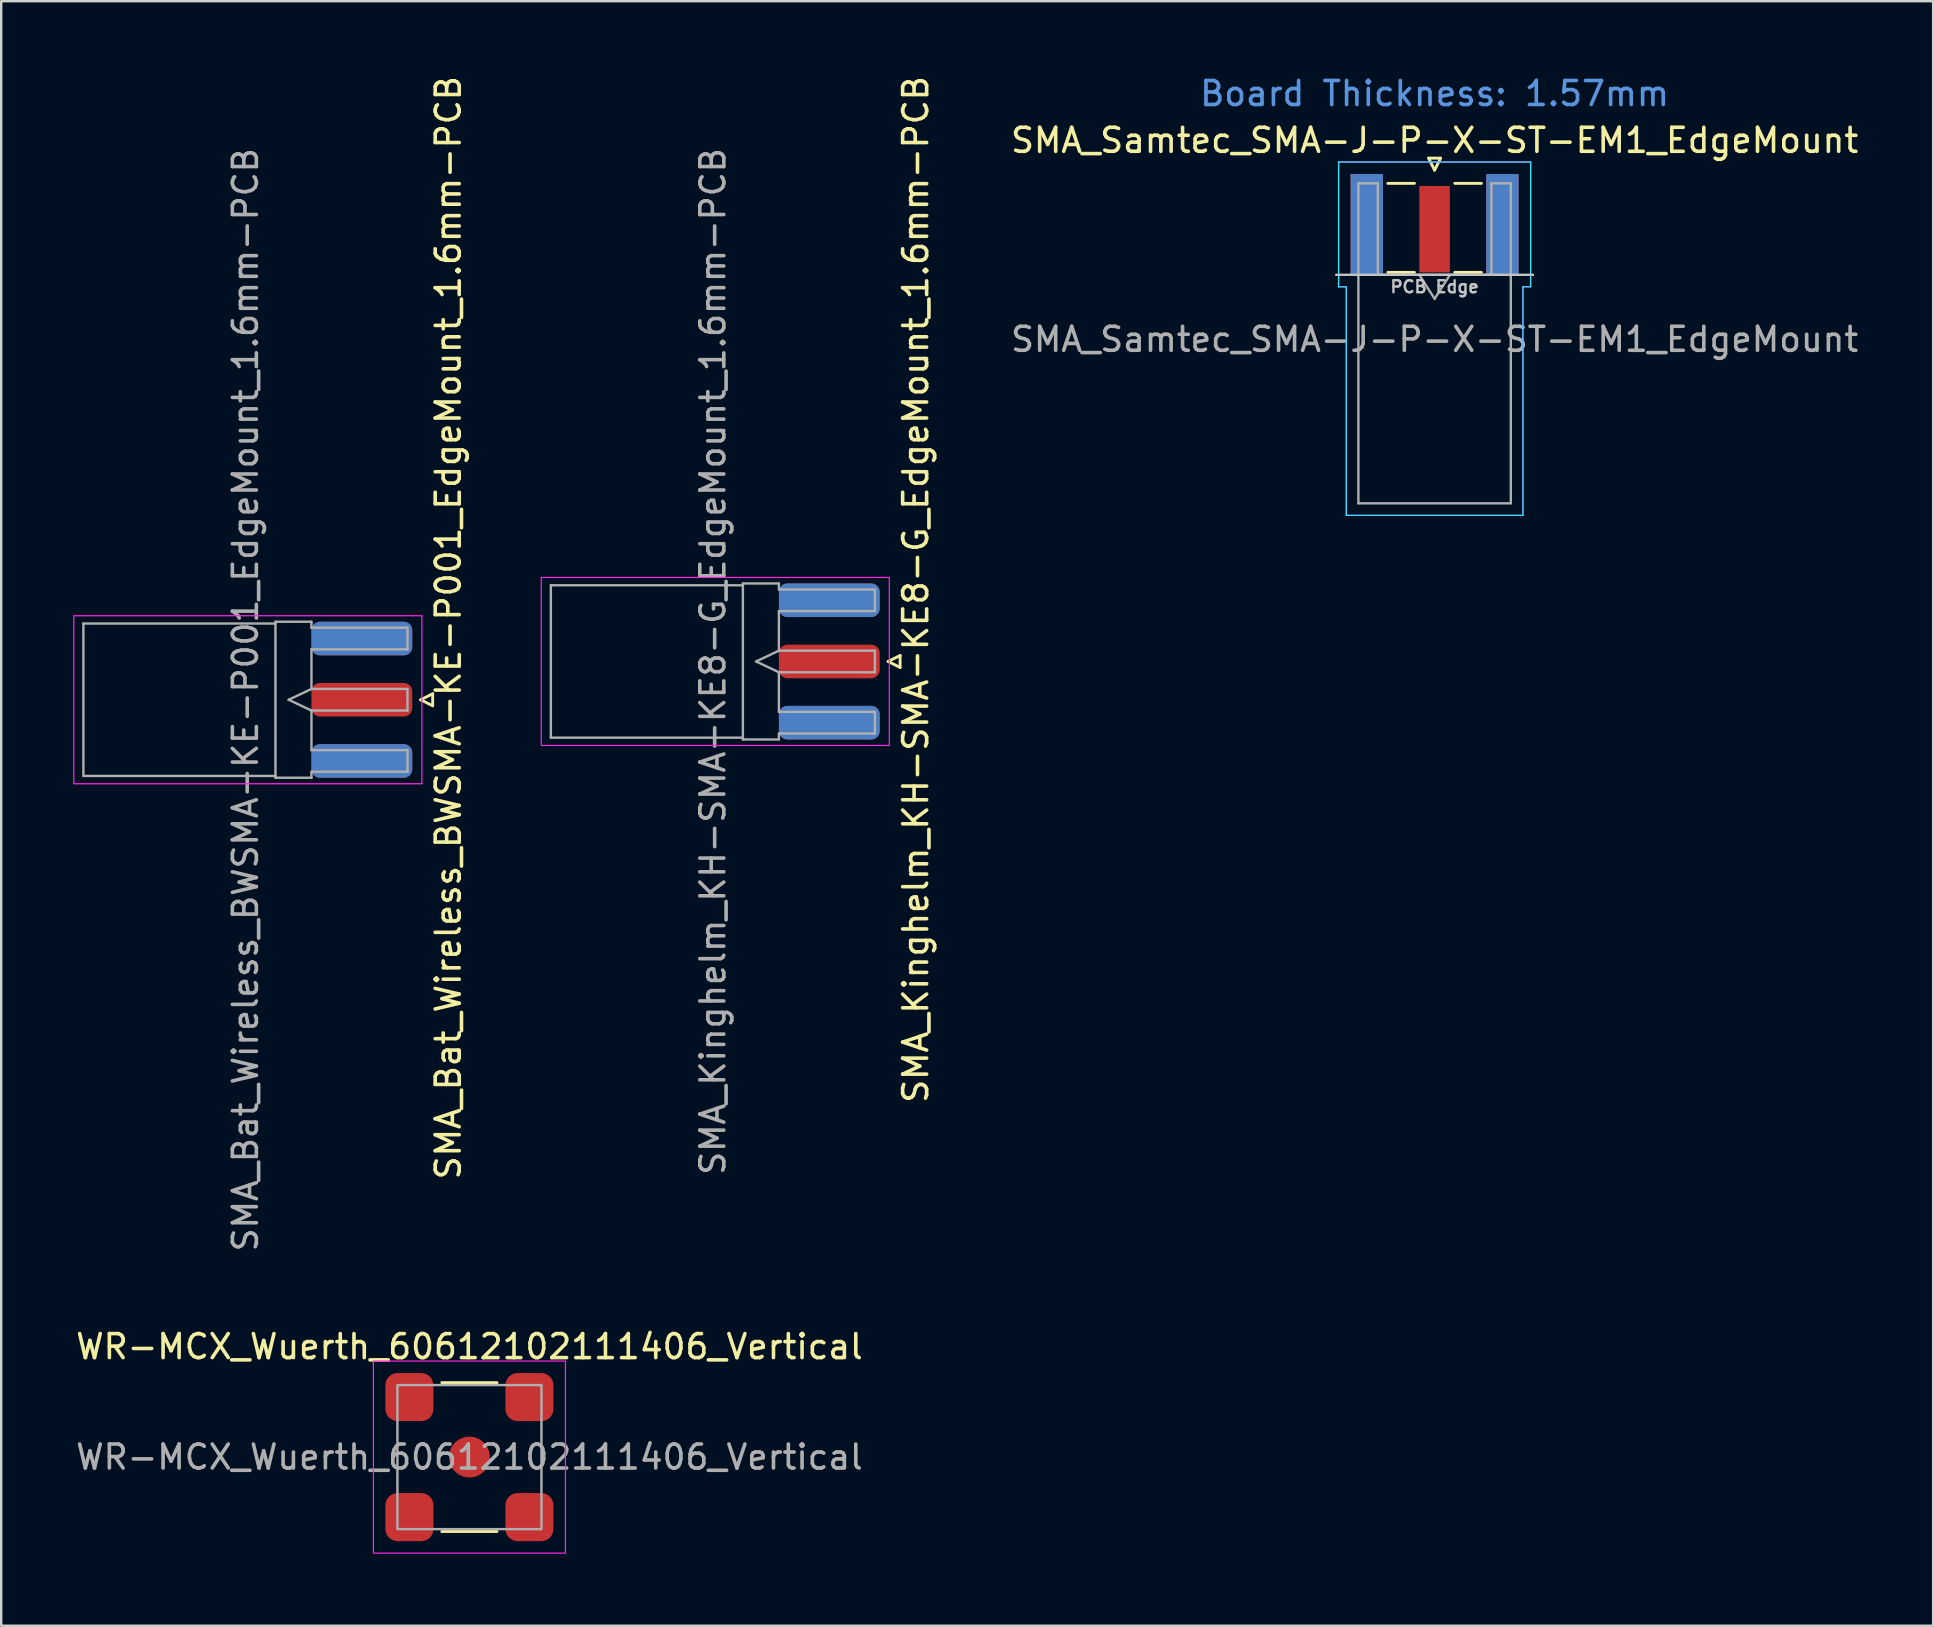
<source format=kicad_pcb>
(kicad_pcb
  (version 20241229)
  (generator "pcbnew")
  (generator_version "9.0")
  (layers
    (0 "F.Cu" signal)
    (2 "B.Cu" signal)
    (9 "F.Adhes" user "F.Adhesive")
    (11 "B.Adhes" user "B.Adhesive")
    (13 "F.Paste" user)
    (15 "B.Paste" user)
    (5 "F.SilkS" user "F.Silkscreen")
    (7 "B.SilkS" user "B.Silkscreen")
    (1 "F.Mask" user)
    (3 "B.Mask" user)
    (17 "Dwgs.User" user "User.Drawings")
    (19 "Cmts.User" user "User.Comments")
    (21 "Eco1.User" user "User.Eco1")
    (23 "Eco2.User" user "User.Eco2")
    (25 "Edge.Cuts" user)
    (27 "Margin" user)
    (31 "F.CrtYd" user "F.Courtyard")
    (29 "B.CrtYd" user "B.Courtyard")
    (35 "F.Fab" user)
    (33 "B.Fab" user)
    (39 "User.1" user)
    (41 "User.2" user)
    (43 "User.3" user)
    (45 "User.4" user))
  (footprint "SMA_Bat_Wireless_BWSMA-KE-P001_EdgeMount_1.6mm-PCB"
    (layer "F.Cu")
    (at 12.025 26.101)
    (property "Reference" "SMA_Bat_Wireless_BWSMA-KE-P001_EdgeMount_1.6mm-PCB" (at 3.6 -3 90) (unlocked yes) (layer "F.SilkS") (effects (font (size 1 1) (thickness 0.15))))
    (attr smd)
    (fp_line (start 2.45 0) (end 2.95 0.25) (stroke (width 0.12) (type solid)) (layer "F.SilkS"))
    (fp_line (start 2.95 -0.25) (end 2.45 0) (stroke (width 0.12) (type solid)) (layer "F.SilkS"))
    (fp_line (start 2.95 0.25) (end 2.95 -0.25) (stroke (width 0.12) (type solid)) (layer "F.SilkS"))
    (fp_rect (start -12 -3.5) (end 2.5 3.5) (stroke (width 0.05) (type default)) (fill no) (layer "F.CrtYd"))
    (fp_line (start -11.6 -3.175) (end -11.6 3.175) (stroke (width 0.1) (type default)) (layer "F.Fab"))
    (fp_line (start -11.6 3.175) (end -3.6 3.175) (stroke (width 0.1) (type default)) (layer "F.Fab"))
    (fp_line (start -3.6 -3.25) (end -3.6 -3.175) (stroke (width 0.1) (type default)) (layer "F.Fab"))
    (fp_line (start -3.6 -3.175) (end -11.6 -3.175) (stroke (width 0.1) (type default)) (layer "F.Fab"))
    (fp_line (start -3.6 -3.175) (end -3.6 3.175) (stroke (width 0.1) (type default)) (layer "F.Fab"))
    (fp_line (start -3.6 3.175) (end -3.6 3.25) (stroke (width 0.1) (type default)) (layer "F.Fab"))
    (fp_line (start -3.6 3.25) (end -2.1 3.25) (stroke (width 0.1) (type default)) (layer "F.Fab"))
    (fp_line (start -3.05 0) (end -2.1 0.45) (stroke (width 0.1) (type default)) (layer "F.Fab"))
    (fp_line (start -2.1 -3.25) (end -3.6 -3.25) (stroke (width 0.1) (type default)) (layer "F.Fab"))
    (fp_line (start -2.1 -3) (end -2.1 -3.25) (stroke (width 0.1) (type default)) (layer "F.Fab"))
    (fp_line (start -2.1 -2.1) (end 1.9 -2.1) (stroke (width 0.1) (type default)) (layer "F.Fab"))
    (fp_line (start -2.1 -0.45) (end -3.05 0) (stroke (width 0.1) (type default)) (layer "F.Fab"))
    (fp_line (start -2.1 -0.45) (end -2.1 -2.1) (stroke (width 0.1) (type default)) (layer "F.Fab"))
    (fp_line (start -2.1 0.45) (end 1.9 0.45) (stroke (width 0.1) (type default)) (layer "F.Fab"))
    (fp_line (start -2.1 2.1) (end -2.1 0.45) (stroke (width 0.1) (type default)) (layer "F.Fab"))
    (fp_line (start -2.1 3) (end 1.9 3) (stroke (width 0.1) (type default)) (layer "F.Fab"))
    (fp_line (start -2.1 3.25) (end -2.1 3) (stroke (width 0.1) (type default)) (layer "F.Fab"))
    (fp_line (start 1.9 -3) (end -2.1 -3) (stroke (width 0.1) (type default)) (layer "F.Fab"))
    (fp_line (start 1.9 -2.1) (end 1.9 -3) (stroke (width 0.1) (type default)) (layer "F.Fab"))
    (fp_line (start 1.9 -0.45) (end -2.1 -0.45) (stroke (width 0.1) (type default)) (layer "F.Fab"))
    (fp_line (start 1.9 0.45) (end 1.9 -0.45) (stroke (width 0.1) (type default)) (layer "F.Fab"))
    (fp_line (start 1.9 2.1) (end -2.1 2.1) (stroke (width 0.1) (type default)) (layer "F.Fab"))
    (fp_line (start 1.9 3) (end 1.9 2.1) (stroke (width 0.1) (type default)) (layer "F.Fab"))
    (fp_text user "${REFERENCE}" (at -4.85 0 90) (unlocked yes) (layer "F.Fab") (effects (font (size 1 1) (thickness 0.15))))
    (pad "1" smd roundrect (at 0 0) (size 4.2 1.4) (layers "F.Cu" "F.Mask" "F.Paste") (roundrect_rratio 0.25))
    (pad "2" smd roundrect (at 0 -2.55) (size 4.2 1.4) (layers "F.Cu" "F.Mask" "F.Paste") (roundrect_rratio 0.25))
    (pad "2" smd roundrect (at 0 -2.55) (size 4.2 1.4) (layers "B.Cu" "B.Mask" "B.Paste") (roundrect_rratio 0.25))
    (pad "2" smd roundrect (at 0 2.55) (size 4.2 1.4) (layers "F.Cu" "F.Mask" "F.Paste") (roundrect_rratio 0.25))
    (pad "2" smd roundrect (at 0 2.55) (size 4.2 1.4) (layers "B.Cu" "B.Mask" "B.Paste") (roundrect_rratio 0.25)))
  (footprint "SMA_Samtec_SMA-J-P-X-ST-EM1_EdgeMount"
    (layer "F.Cu")
    (at 56.714 6.298)
    (property "Reference" "SMA_Samtec_SMA-J-P-X-ST-EM1_EdgeMount" (at 0 -3.5 0) (layer "F.SilkS") (effects (font (size 1 1) (thickness 0.15))))
    (attr smd)
    (fp_line (start -1.95 -1.71) (end -0.84 -1.71) (stroke (width 0.12) (type solid)) (layer "F.SilkS"))
    (fp_line (start -1.95 2) (end -0.84 2) (stroke (width 0.12) (type solid)) (layer "F.SilkS"))
    (fp_line (start -0.25 -2.76) (end 0 -2.26) (stroke (width 0.12) (type solid)) (layer "F.SilkS"))
    (fp_line (start 0 -2.26) (end 0.25 -2.76) (stroke (width 0.12) (type solid)) (layer "F.SilkS"))
    (fp_line (start 0.25 -2.76) (end -0.25 -2.76) (stroke (width 0.12) (type solid)) (layer "F.SilkS"))
    (fp_line (start 0.84 -1.71) (end 1.95 -1.71) (stroke (width 0.12) (type solid)) (layer "F.SilkS"))
    (fp_line (start 0.84 2) (end 1.95 2) (stroke (width 0.12) (type solid)) (layer "F.SilkS"))
    (fp_line (start 4.1 2.1) (end -4.1 2.1) (stroke (width 0.1) (type solid)) (layer "Dwgs.User"))
    (fp_line (start -4 -2.6) (end 4 -2.6) (stroke (width 0.05) (type solid)) (layer "B.CrtYd"))
    (fp_line (start -4 2.6) (end -4 -2.6) (stroke (width 0.05) (type solid)) (layer "B.CrtYd"))
    (fp_line (start -3.68 2.6) (end -4 2.6) (stroke (width 0.05) (type solid)) (layer "B.CrtYd"))
    (fp_line (start -3.68 12.12) (end -3.68 2.6) (stroke (width 0.05) (type solid)) (layer "B.CrtYd"))
    (fp_line (start 3.68 2.6) (end 3.68 12.12) (stroke (width 0.05) (type solid)) (layer "B.CrtYd"))
    (fp_line (start 3.68 12.12) (end -3.68 12.12) (stroke (width 0.05) (type solid)) (layer "B.CrtYd"))
    (fp_line (start 4 2.6) (end 3.68 2.6) (stroke (width 0.05) (type solid)) (layer "B.CrtYd"))
    (fp_line (start 4 2.6) (end 4 -2.6) (stroke (width 0.05) (type solid)) (layer "B.CrtYd"))
    (fp_line (start -4 -2.6) (end 4 -2.6) (stroke (width 0.05) (type solid)) (layer "F.CrtYd"))
    (fp_line (start -4 2.6) (end -4 -2.6) (stroke (width 0.05) (type solid)) (layer "F.CrtYd"))
    (fp_line (start -3.68 2.6) (end -4 2.6) (stroke (width 0.05) (type solid)) (layer "F.CrtYd"))
    (fp_line (start -3.68 12.12) (end -3.68 2.6) (stroke (width 0.05) (type solid)) (layer "F.CrtYd"))
    (fp_line (start 3.68 2.6) (end 3.68 12.12) (stroke (width 0.05) (type solid)) (layer "F.CrtYd"))
    (fp_line (start 3.68 2.6) (end 4 2.6) (stroke (width 0.05) (type solid)) (layer "F.CrtYd"))
    (fp_line (start 3.68 12.12) (end -3.68 12.12) (stroke (width 0.05) (type solid)) (layer "F.CrtYd"))
    (fp_line (start 4 2.6) (end 4 -2.6) (stroke (width 0.05) (type solid)) (layer "F.CrtYd"))
    (fp_line (start -3.175 -1.71) (end -3.175 11.62) (stroke (width 0.1) (type solid)) (layer "F.Fab"))
    (fp_line (start -2.365 -1.71) (end -3.175 -1.71) (stroke (width 0.1) (type solid)) (layer "F.Fab"))
    (fp_line (start -2.365 2.1) (end -2.365 -1.71) (stroke (width 0.1) (type solid)) (layer "F.Fab"))
    (fp_line (start 0 3.1) (end -0.64 2.1) (stroke (width 0.1) (type solid)) (layer "F.Fab"))
    (fp_line (start 0.64 2.1) (end 0 3.1) (stroke (width 0.1) (type solid)) (layer "F.Fab"))
    (fp_line (start 2.365 -1.71) (end 2.365 2.1) (stroke (width 0.1) (type solid)) (layer "F.Fab"))
    (fp_line (start 2.365 2.1) (end -2.365 2.1) (stroke (width 0.1) (type solid)) (layer "F.Fab"))
    (fp_line (start 3.165 11.62) (end -3.165 11.62) (stroke (width 0.1) (type solid)) (layer "F.Fab"))
    (fp_line (start 3.175 -1.71) (end 2.365 -1.71) (stroke (width 0.1) (type solid)) (layer "F.Fab"))
    (fp_line (start 3.175 -1.71) (end 3.175 11.62) (stroke (width 0.1) (type solid)) (layer "F.Fab"))
    (fp_text user "PCB Edge" (at 0 2.6 0) (layer "Dwgs.User") (effects (font (size 0.5 0.5) (thickness 0.1))))
    (fp_text user "Board Thickness: 1.57mm" (at 0 -5.45 0) (layer "Cmts.User") (effects (font (size 1 1) (thickness 0.15))))
    (fp_text user "${REFERENCE}" (at 0 4.79 180) (layer "F.Fab") (effects (font (size 1 1) (thickness 0.15))))
    (pad "1" smd rect (at 0 0.2) (size 1.27 3.6) (layers "F.Cu" "F.Mask" "F.Paste"))
    (pad "2" smd rect (at -2.825 0) (size 1.35 4.2) (layers "F.Cu" "F.Mask" "F.Paste"))
    (pad "2" smd rect (at -2.825 0) (size 1.35 4.2) (layers "B.Cu" "B.Mask" "B.Paste"))
    (pad "2" smd rect (at 2.825 0) (size 1.35 4.2) (layers "F.Cu" "F.Mask" "F.Paste"))
    (pad "2" smd rect (at 2.825 0) (size 1.35 4.2) (layers "B.Cu" "B.Mask" "B.Paste")))
  (footprint "SMA_Kinghelm_KH-SMA-KE8-G_EdgeMount_1.6mm-PCB"
    (layer "F.Cu")
    (at 31.498 24.506)
    (property "Reference" "SMA_Kinghelm_KH-SMA-KE8-G_EdgeMount_1.6mm-PCB" (at 3.6 -3 90) (unlocked yes) (layer "F.SilkS") (effects (font (size 1 1) (thickness 0.15))))
    (attr smd)
    (fp_line (start 2.45 0) (end 2.95 0.25) (stroke (width 0.12) (type solid)) (layer "F.SilkS"))
    (fp_line (start 2.95 -0.25) (end 2.45 0) (stroke (width 0.12) (type solid)) (layer "F.SilkS"))
    (fp_line (start 2.95 0.25) (end 2.95 -0.25) (stroke (width 0.12) (type solid)) (layer "F.SilkS"))
    (fp_rect (start -12 -3.5) (end 2.5 3.5) (stroke (width 0.05) (type default)) (fill no) (layer "F.CrtYd"))
    (fp_line (start -11.6 -3.175) (end -11.6 3.175) (stroke (width 0.1) (type default)) (layer "F.Fab"))
    (fp_line (start -11.6 3.175) (end -3.6 3.175) (stroke (width 0.1) (type default)) (layer "F.Fab"))
    (fp_line (start -3.6 -3.25) (end -3.6 -3.175) (stroke (width 0.1) (type default)) (layer "F.Fab"))
    (fp_line (start -3.6 -3.175) (end -11.6 -3.175) (stroke (width 0.1) (type default)) (layer "F.Fab"))
    (fp_line (start -3.6 -3.175) (end -3.6 3.175) (stroke (width 0.1) (type default)) (layer "F.Fab"))
    (fp_line (start -3.6 3.175) (end -3.6 3.25) (stroke (width 0.1) (type default)) (layer "F.Fab"))
    (fp_line (start -3.6 3.25) (end -2.1 3.25) (stroke (width 0.1) (type default)) (layer "F.Fab"))
    (fp_line (start -3.05 0) (end -2.1 0.45) (stroke (width 0.1) (type default)) (layer "F.Fab"))
    (fp_line (start -2.1 -3.25) (end -3.6 -3.25) (stroke (width 0.1) (type default)) (layer "F.Fab"))
    (fp_line (start -2.1 -3) (end -2.1 -3.25) (stroke (width 0.1) (type default)) (layer "F.Fab"))
    (fp_line (start -2.1 -2.1) (end 1.9 -2.1) (stroke (width 0.1) (type default)) (layer "F.Fab"))
    (fp_line (start -2.1 -0.45) (end -3.05 0) (stroke (width 0.1) (type default)) (layer "F.Fab"))
    (fp_line (start -2.1 -0.45) (end -2.1 -2.1) (stroke (width 0.1) (type default)) (layer "F.Fab"))
    (fp_line (start -2.1 0.45) (end 1.9 0.45) (stroke (width 0.1) (type default)) (layer "F.Fab"))
    (fp_line (start -2.1 2.1) (end -2.1 0.45) (stroke (width 0.1) (type default)) (layer "F.Fab"))
    (fp_line (start -2.1 3) (end 1.9 3) (stroke (width 0.1) (type default)) (layer "F.Fab"))
    (fp_line (start -2.1 3.25) (end -2.1 3) (stroke (width 0.1) (type default)) (layer "F.Fab"))
    (fp_line (start 1.9 -3) (end -2.1 -3) (stroke (width 0.1) (type default)) (layer "F.Fab"))
    (fp_line (start 1.9 -2.1) (end 1.9 -3) (stroke (width 0.1) (type default)) (layer "F.Fab"))
    (fp_line (start 1.9 -0.45) (end -2.1 -0.45) (stroke (width 0.1) (type default)) (layer "F.Fab"))
    (fp_line (start 1.9 0.45) (end 1.9 -0.45) (stroke (width 0.1) (type default)) (layer "F.Fab"))
    (fp_line (start 1.9 2.1) (end -2.1 2.1) (stroke (width 0.1) (type default)) (layer "F.Fab"))
    (fp_line (start 1.9 3) (end 1.9 2.1) (stroke (width 0.1) (type default)) (layer "F.Fab"))
    (fp_text user "${REFERENCE}" (at -4.85 0 90) (unlocked yes) (layer "F.Fab") (effects (font (size 1 1) (thickness 0.15))))
    (pad "1" smd roundrect (at 0 0) (size 4.2 1.4) (layers "F.Cu" "F.Mask" "F.Paste") (roundrect_rratio 0.25))
    (pad "2" smd roundrect (at 0 -2.55) (size 4.2 1.4) (layers "F.Cu" "F.Mask" "F.Paste") (roundrect_rratio 0.25))
    (pad "2" smd roundrect (at 0 -2.55) (size 4.2 1.4) (layers "B.Cu" "B.Mask" "B.Paste") (roundrect_rratio 0.25))
    (pad "2" smd roundrect (at 0 2.55) (size 4.2 1.4) (layers "F.Cu" "F.Mask" "F.Paste") (roundrect_rratio 0.25))
    (pad "2" smd roundrect (at 0 2.55) (size 4.2 1.4) (layers "B.Cu" "B.Mask" "B.Paste") (roundrect_rratio 0.25)))
  (footprint "WR-MCX_Wuerth_60612102111406_Vertical"
    (layer "F.Cu")
    (at 16.506 57.651)
    (property "Reference" "WR-MCX_Wuerth_60612102111406_Vertical" (at 0 -4.6 0) (layer "F.SilkS") (effects (font (size 1 1) (thickness 0.15))))
    (attr smd)
    (fp_line (start -1.15 -3.1) (end 1.15 -3.1) (stroke (width 0.12) (type default)) (layer "F.SilkS"))
    (fp_line (start -1.15 3.1) (end 1.15 3.1) (stroke (width 0.12) (type default)) (layer "F.SilkS"))
    (fp_rect (start -4 -4) (end 4 4) (stroke (width 0.05) (type default)) (fill no) (layer "F.CrtYd"))
    (fp_rect (start -3 -3) (end 3 3) (stroke (width 0.1) (type default)) (fill no) (layer "F.Fab"))
    (fp_text user "${REFERENCE}" (at 0 0 0) (layer "F.Fab") (effects (font (size 1 1) (thickness 0.15))))
    (pad "1" smd circle (at 0 0) (size 1.7 1.7) (layers "F.Cu" "F.Mask" "F.Paste"))
    (pad "2" smd roundrect (at -2.5 -2.5) (size 2 2) (layers "F.Cu" "F.Mask" "F.Paste") (roundrect_rratio 0.25))
    (pad "2" smd roundrect (at -2.5 2.5) (size 2 2) (layers "F.Cu" "F.Mask" "F.Paste") (roundrect_rratio 0.25))
    (pad "2" smd roundrect (at 2.5 -2.5) (size 2 2) (layers "F.Cu" "F.Mask" "F.Paste") (roundrect_rratio 0.25))
    (pad "2" smd roundrect (at 2.5 2.5) (size 2 2) (layers "F.Cu" "F.Mask" "F.Paste") (roundrect_rratio 0.25)))
  (gr_rect
    (start -3 -3)
    (end 77.482 64.676)
    (stroke (width 0.1) (type default))
    (fill no)
    (layer "Edge.Cuts")))
</source>
